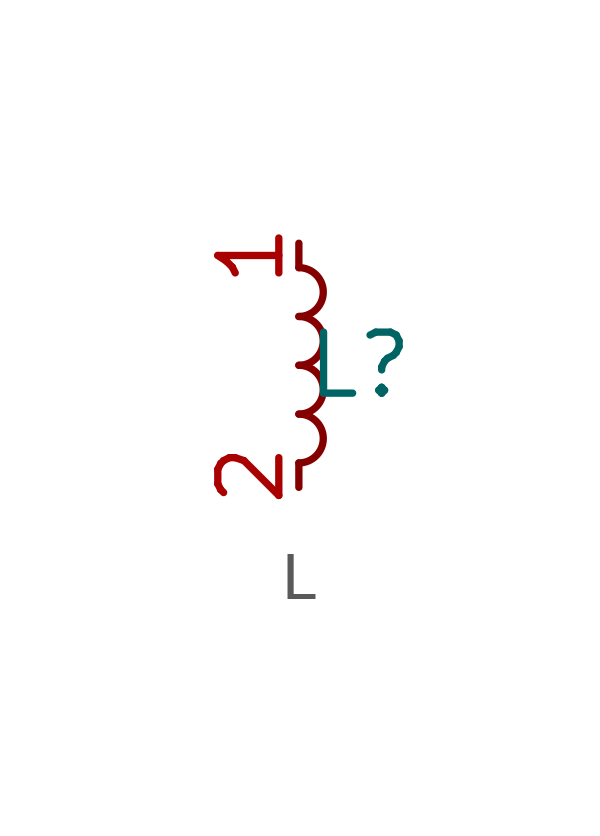
<source format=kicad_sym>
(kicad_symbol_lib
  (version 20211014)
  (generator kicad_symbol_editor)
  (symbol "L"
    (property "Reference" "L"
      (at 1.27 0 0)
      (effects (font (size 1.27 1.27))))
    (symbol "L_0_1"
      (arc (start 0 -2.032) (mid 0.508 -1.524) (end 0 -1.016) (stroke (width 0) (type default) (color 0 0 0 0)) (fill (type none)))
      (arc (start 0 -1.016) (mid 0.508 -0.508) (end 0 0) (stroke (width 0) (type default) (color 0 0 0 0)) (fill (type none)))
      (arc (start 0 0) (mid 0.508 0.508) (end 0 1.016) (stroke (width 0) (type default) (color 0 0 0 0)) (fill (type none)))
      (arc (start 0 1.016) (mid 0.508 1.524) (end 0 2.032) (stroke (width 0) (type default) (color 0 0 0 0)) (fill (type none))))
    (symbol "L_1_1"
      (pin passive line (at 0 2.54 270) (length 0.508) (name "~" (effects (font (size 1.27 1.27)))) (number "1" (effects (font (size 1.27 1.27)))))
      (pin passive line (at 0 -2.54 90) (length 0.508) (name "~" (effects (font (size 1.27 1.27)))) (number "2" (effects (font (size 1.27 1.27))))))))
</source>
